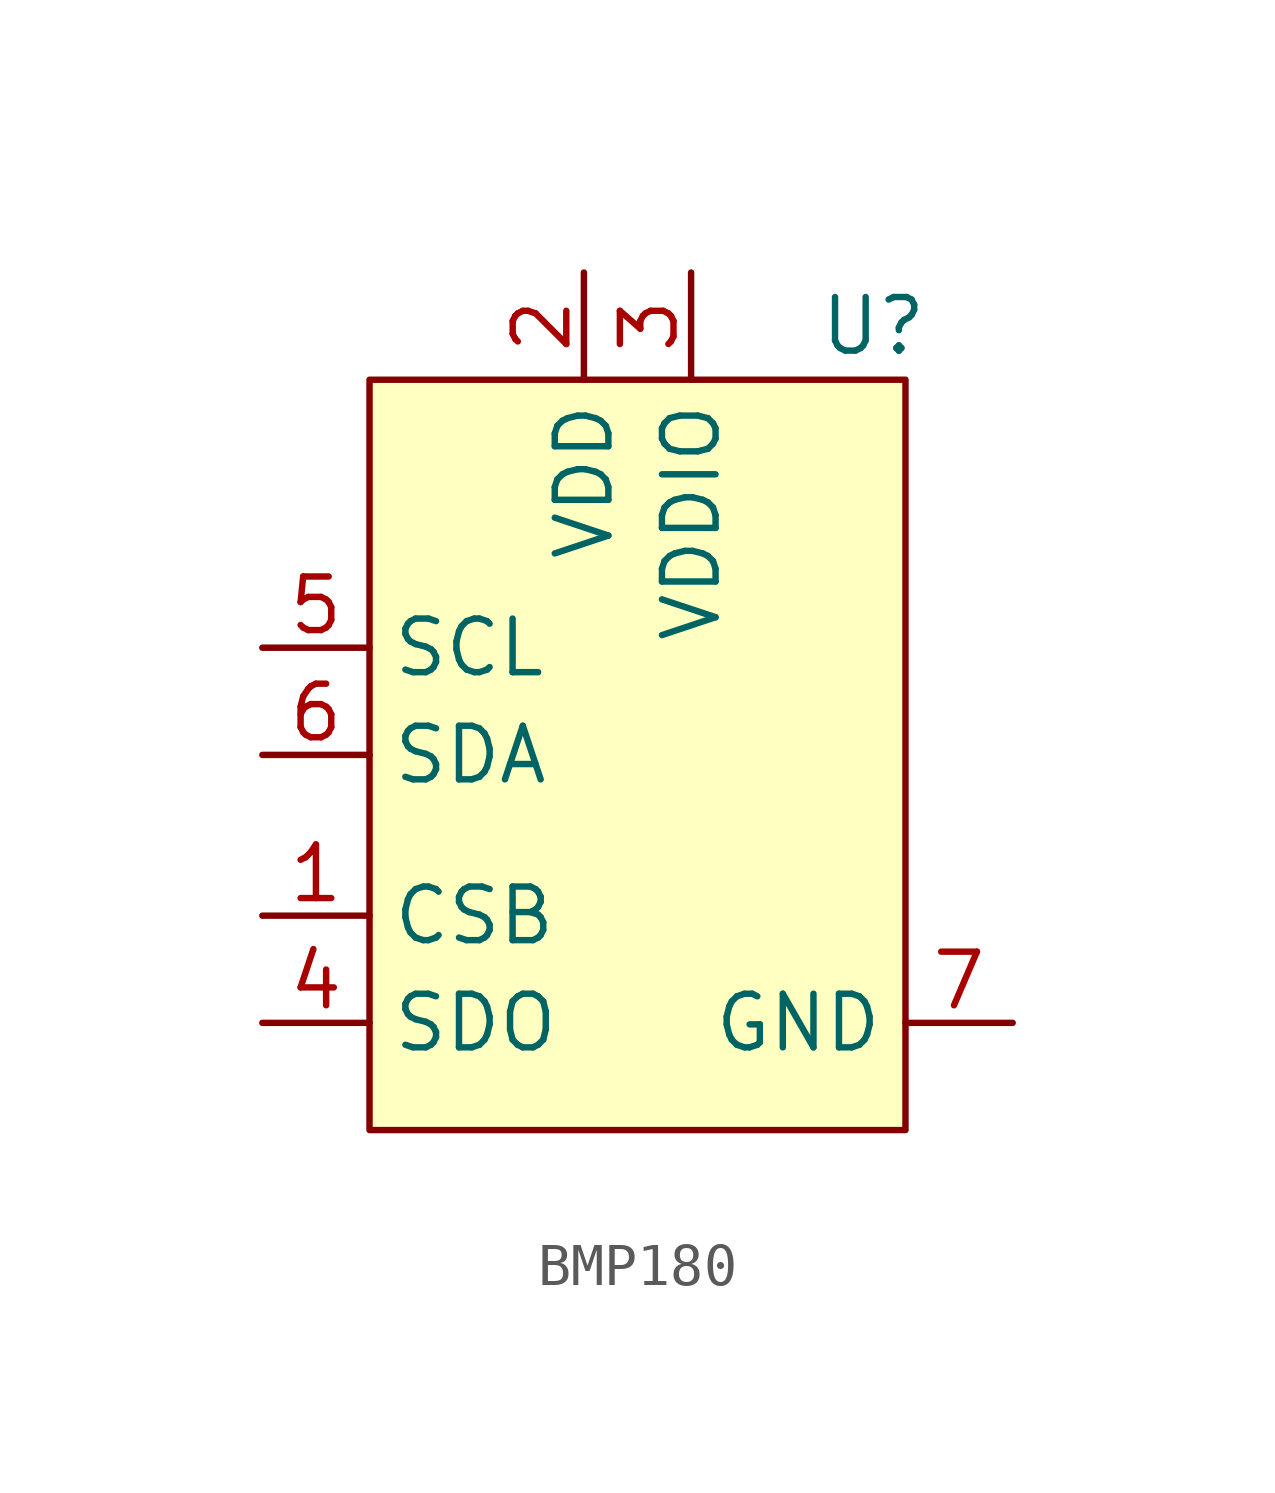
<source format=kicad_sym>
(kicad_symbol_lib
  (version 20231120)
  (generator "kicad_symbol_editor")
  (generator_version "8.0")
  (symbol "BMP180"
    (property "Reference" "U"
      (at 11.938 19.05 0)
      (effects (font (size 1.27 1.27))))
    (property "Value" ""
      (at 0 0 0)
      (effects (font (size 1.27 1.27))))
    (symbol "BMP180_1_1"
      (rectangle (start 0 17.78) (end 12.7 0) (stroke (width 0) (type default)) (fill (type background)))
      (pin input line (at -2.54 5.08 0) (length 2.54) (name "CSB" (effects (font (size 1.27 1.27)))) (number "1" (effects (font (size 1.27 1.27)))))
      (pin input line (at 5.08 20.32 270) (length 2.54) (name "VDD" (effects (font (size 1.27 1.27)))) (number "2" (effects (font (size 1.27 1.27)))))
      (pin input line (at 7.62 20.32 270) (length 2.54) (name "VDDIO" (effects (font (size 1.27 1.27)))) (number "3" (effects (font (size 1.27 1.27)))))
      (pin input line (at -2.54 2.54 0) (length 2.54) (name "SDO" (effects (font (size 1.27 1.27)))) (number "4" (effects (font (size 1.27 1.27)))))
      (pin input line (at -2.54 11.43 0) (length 2.54) (name "SCL" (effects (font (size 1.27 1.27)))) (number "5" (effects (font (size 1.27 1.27)))))
      (pin input line (at -2.54 8.89 0) (length 2.54) (name "SDA" (effects (font (size 1.27 1.27)))) (number "6" (effects (font (size 1.27 1.27)))))
      (pin input line (at 15.24 2.54 180) (length 2.54) (name "GND" (effects (font (size 1.27 1.27)))) (number "7" (effects (font (size 1.27 1.27))))))))
</source>
